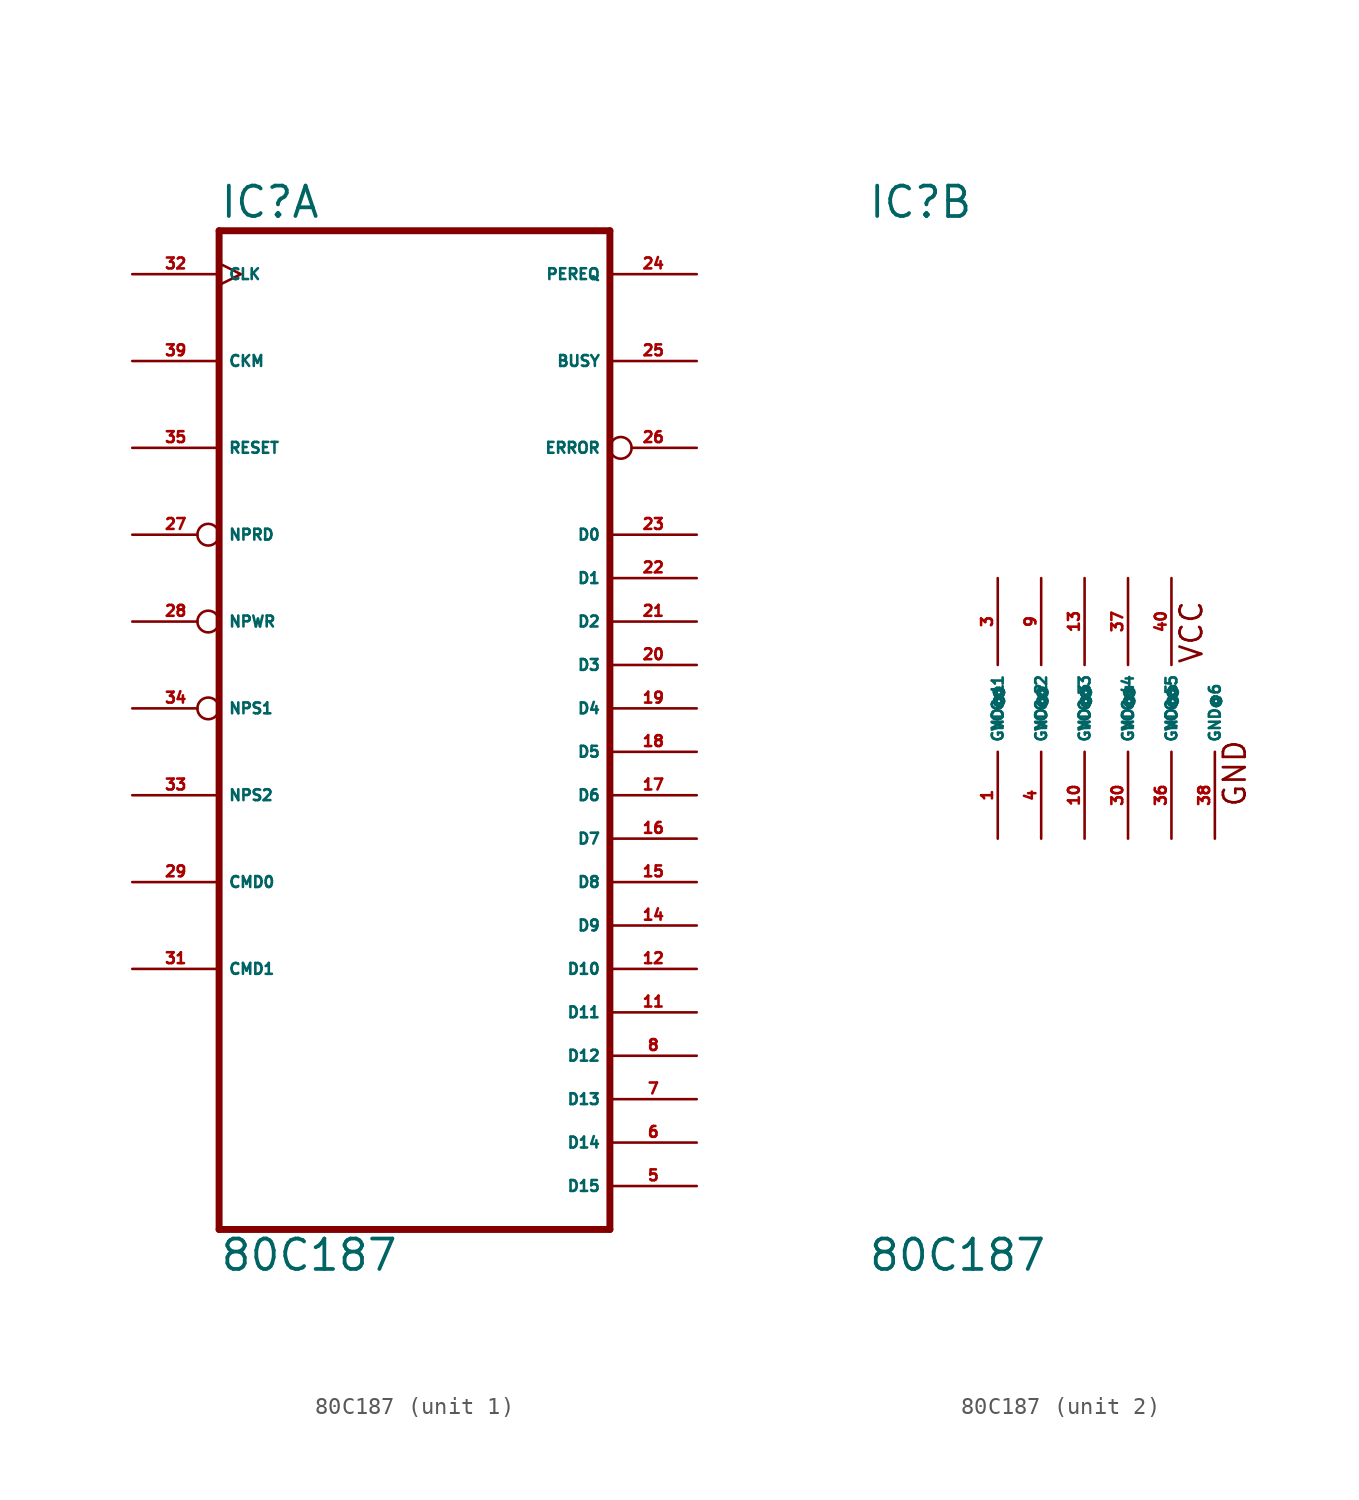
<source format=kicad_sym>
(kicad_symbol_lib
  (version 20220914)
  (generator Eagle2Kicad)
  (symbol "80C187"
    (property "Reference" "IC"
      (at -12.7 28.575 0)
      (effects (font (size 1.778 1.778) (thickness 0.22)) (justify left bottom)))
    (property "Value" "80C187"
      (at -12.7 -33.02 0)
      (effects (font (size 1.778 1.778) (thickness 0.22)) (justify left bottom)))
    (symbol "80C187_1_0"
      (polyline (pts (xy -12.7 -30.48) (xy 10.16 -30.48)) (stroke (width 0.406) (type default)) (fill (type none)))
      (polyline (pts (xy 10.16 27.94) (xy 10.16 -30.48)) (stroke (width 0.406) (type default)) (fill (type none)))
      (polyline (pts (xy 10.16 27.94) (xy -12.7 27.94)) (stroke (width 0.406) (type default)) (fill (type none)))
      (polyline (pts (xy -12.7 -30.48) (xy -12.7 27.94)) (stroke (width 0.406) (type default)) (fill (type none)))
      (pin input clock (at -17.78 25.4 0) (length 5.08) (name "CLK" (effects (font (size 0.635 0.635) (thickness 0.08)) (justify left bottom))) (number "32" (effects (font (size 0.635 0.635) (thickness 0.08)) (justify left bottom))))
      (pin input line (at -17.78 20.32 0) (length 5.08) (name "CKM" (effects (font (size 0.635 0.635) (thickness 0.08)) (justify left bottom))) (number "39" (effects (font (size 0.635 0.635) (thickness 0.08)) (justify left bottom))))
      (pin input line (at -17.78 15.24 0) (length 5.08) (name "RESET" (effects (font (size 0.635 0.635) (thickness 0.08)) (justify left bottom))) (number "35" (effects (font (size 0.635 0.635) (thickness 0.08)) (justify left bottom))))
      (pin output line (at 15.24 25.4 180) (length 5.08) (name "PEREQ" (effects (font (size 0.635 0.635) (thickness 0.08)) (justify left bottom))) (number "24" (effects (font (size 0.635 0.635) (thickness 0.08)) (justify left bottom))))
      (pin output line (at 15.24 20.32 180) (length 5.08) (name "BUSY" (effects (font (size 0.635 0.635) (thickness 0.08)) (justify left bottom))) (number "25" (effects (font (size 0.635 0.635) (thickness 0.08)) (justify left bottom))))
      (pin output inverted (at 15.24 15.24 180) (length 5.08) (name "ERROR" (effects (font (size 0.635 0.635) (thickness 0.08)) (justify left bottom))) (number "26" (effects (font (size 0.635 0.635) (thickness 0.08)) (justify left bottom))))
      (pin bidirectional line (at 15.24 10.16 180) (length 5.08) (name "D0" (effects (font (size 0.635 0.635) (thickness 0.08)) (justify left bottom))) (number "23" (effects (font (size 0.635 0.635) (thickness 0.08)) (justify left bottom))))
      (pin bidirectional line (at 15.24 7.62 180) (length 5.08) (name "D1" (effects (font (size 0.635 0.635) (thickness 0.08)) (justify left bottom))) (number "22" (effects (font (size 0.635 0.635) (thickness 0.08)) (justify left bottom))))
      (pin bidirectional line (at 15.24 5.08 180) (length 5.08) (name "D2" (effects (font (size 0.635 0.635) (thickness 0.08)) (justify left bottom))) (number "21" (effects (font (size 0.635 0.635) (thickness 0.08)) (justify left bottom))))
      (pin bidirectional line (at 15.24 2.54 180) (length 5.08) (name "D3" (effects (font (size 0.635 0.635) (thickness 0.08)) (justify left bottom))) (number "20" (effects (font (size 0.635 0.635) (thickness 0.08)) (justify left bottom))))
      (pin bidirectional line (at 15.24 0 180) (length 5.08) (name "D4" (effects (font (size 0.635 0.635) (thickness 0.08)) (justify left bottom))) (number "19" (effects (font (size 0.635 0.635) (thickness 0.08)) (justify left bottom))))
      (pin bidirectional line (at 15.24 -2.54 180) (length 5.08) (name "D5" (effects (font (size 0.635 0.635) (thickness 0.08)) (justify left bottom))) (number "18" (effects (font (size 0.635 0.635) (thickness 0.08)) (justify left bottom))))
      (pin bidirectional line (at 15.24 -5.08 180) (length 5.08) (name "D6" (effects (font (size 0.635 0.635) (thickness 0.08)) (justify left bottom))) (number "17" (effects (font (size 0.635 0.635) (thickness 0.08)) (justify left bottom))))
      (pin bidirectional line (at 15.24 -7.62 180) (length 5.08) (name "D7" (effects (font (size 0.635 0.635) (thickness 0.08)) (justify left bottom))) (number "16" (effects (font (size 0.635 0.635) (thickness 0.08)) (justify left bottom))))
      (pin bidirectional line (at 15.24 -10.16 180) (length 5.08) (name "D8" (effects (font (size 0.635 0.635) (thickness 0.08)) (justify left bottom))) (number "15" (effects (font (size 0.635 0.635) (thickness 0.08)) (justify left bottom))))
      (pin bidirectional line (at 15.24 -12.7 180) (length 5.08) (name "D9" (effects (font (size 0.635 0.635) (thickness 0.08)) (justify left bottom))) (number "14" (effects (font (size 0.635 0.635) (thickness 0.08)) (justify left bottom))))
      (pin bidirectional line (at 15.24 -15.24 180) (length 5.08) (name "D10" (effects (font (size 0.635 0.635) (thickness 0.08)) (justify left bottom))) (number "12" (effects (font (size 0.635 0.635) (thickness 0.08)) (justify left bottom))))
      (pin bidirectional line (at 15.24 -17.78 180) (length 5.08) (name "D11" (effects (font (size 0.635 0.635) (thickness 0.08)) (justify left bottom))) (number "11" (effects (font (size 0.635 0.635) (thickness 0.08)) (justify left bottom))))
      (pin bidirectional line (at 15.24 -20.32 180) (length 5.08) (name "D12" (effects (font (size 0.635 0.635) (thickness 0.08)) (justify left bottom))) (number "8" (effects (font (size 0.635 0.635) (thickness 0.08)) (justify left bottom))))
      (pin bidirectional line (at 15.24 -22.86 180) (length 5.08) (name "D13" (effects (font (size 0.635 0.635) (thickness 0.08)) (justify left bottom))) (number "7" (effects (font (size 0.635 0.635) (thickness 0.08)) (justify left bottom))))
      (pin bidirectional line (at 15.24 -25.4 180) (length 5.08) (name "D14" (effects (font (size 0.635 0.635) (thickness 0.08)) (justify left bottom))) (number "6" (effects (font (size 0.635 0.635) (thickness 0.08)) (justify left bottom))))
      (pin bidirectional line (at 15.24 -27.94 180) (length 5.08) (name "D15" (effects (font (size 0.635 0.635) (thickness 0.08)) (justify left bottom))) (number "5" (effects (font (size 0.635 0.635) (thickness 0.08)) (justify left bottom))))
      (pin input inverted (at -17.78 10.16 0) (length 5.08) (name "NPRD" (effects (font (size 0.635 0.635) (thickness 0.08)) (justify left bottom))) (number "27" (effects (font (size 0.635 0.635) (thickness 0.08)) (justify left bottom))))
      (pin input inverted (at -17.78 5.08 0) (length 5.08) (name "NPWR" (effects (font (size 0.635 0.635) (thickness 0.08)) (justify left bottom))) (number "28" (effects (font (size 0.635 0.635) (thickness 0.08)) (justify left bottom))))
      (pin input inverted (at -17.78 0 0) (length 5.08) (name "NPS1" (effects (font (size 0.635 0.635) (thickness 0.08)) (justify left bottom))) (number "34" (effects (font (size 0.635 0.635) (thickness 0.08)) (justify left bottom))))
      (pin input line (at -17.78 -5.08 0) (length 5.08) (name "NPS2" (effects (font (size 0.635 0.635) (thickness 0.08)) (justify left bottom))) (number "33" (effects (font (size 0.635 0.635) (thickness 0.08)) (justify left bottom))))
      (pin input line (at -17.78 -10.16 0) (length 5.08) (name "CMD0" (effects (font (size 0.635 0.635) (thickness 0.08)) (justify left bottom))) (number "29" (effects (font (size 0.635 0.635) (thickness 0.08)) (justify left bottom))))
      (pin input line (at -17.78 -15.24 0) (length 5.08) (name "CMD1" (effects (font (size 0.635 0.635) (thickness 0.08)) (justify left bottom))) (number "31" (effects (font (size 0.635 0.635) (thickness 0.08)) (justify left bottom)))))
    (symbol "80C187_2_0"
      (text "VCC" (at 6.985 2.54 900) (effects (font (size 1.27 1.27) (thickness 0.16)) (justify left bottom)))
      (text "GND" (at 9.525 -5.842 900) (effects (font (size 1.27 1.27) (thickness 0.16)) (justify left bottom)))
      (pin unspecified line (at -5.08 7.62 270) (length 5.08) (name "VCC@1" (effects (font (size 0.635 0.635) (thickness 0.08)) (justify left bottom))) (number "3" (effects (font (size 0.635 0.635) (thickness 0.08)) (justify left bottom))))
      (pin unspecified line (at -2.54 7.62 270) (length 5.08) (name "VCC@2" (effects (font (size 0.635 0.635) (thickness 0.08)) (justify left bottom))) (number "9" (effects (font (size 0.635 0.635) (thickness 0.08)) (justify left bottom))))
      (pin unspecified line (at 0 7.62 270) (length 5.08) (name "VCC@3" (effects (font (size 0.635 0.635) (thickness 0.08)) (justify left bottom))) (number "13" (effects (font (size 0.635 0.635) (thickness 0.08)) (justify left bottom))))
      (pin unspecified line (at 2.54 7.62 270) (length 5.08) (name "VCC@4" (effects (font (size 0.635 0.635) (thickness 0.08)) (justify left bottom))) (number "37" (effects (font (size 0.635 0.635) (thickness 0.08)) (justify left bottom))))
      (pin unspecified line (at 5.08 7.62 270) (length 5.08) (name "VCC@5" (effects (font (size 0.635 0.635) (thickness 0.08)) (justify left bottom))) (number "40" (effects (font (size 0.635 0.635) (thickness 0.08)) (justify left bottom))))
      (pin unspecified line (at -5.08 -7.62 90) (length 5.08) (name "GND@1" (effects (font (size 0.635 0.635) (thickness 0.08)) (justify left bottom))) (number "1" (effects (font (size 0.635 0.635) (thickness 0.08)) (justify left bottom))))
      (pin unspecified line (at -2.54 -7.62 90) (length 5.08) (name "GND@2" (effects (font (size 0.635 0.635) (thickness 0.08)) (justify left bottom))) (number "4" (effects (font (size 0.635 0.635) (thickness 0.08)) (justify left bottom))))
      (pin unspecified line (at 0 -7.62 90) (length 5.08) (name "GND@3" (effects (font (size 0.635 0.635) (thickness 0.08)) (justify left bottom))) (number "10" (effects (font (size 0.635 0.635) (thickness 0.08)) (justify left bottom))))
      (pin unspecified line (at 2.54 -7.62 90) (length 5.08) (name "GND@4" (effects (font (size 0.635 0.635) (thickness 0.08)) (justify left bottom))) (number "30" (effects (font (size 0.635 0.635) (thickness 0.08)) (justify left bottom))))
      (pin unspecified line (at 5.08 -7.62 90) (length 5.08) (name "GND@5" (effects (font (size 0.635 0.635) (thickness 0.08)) (justify left bottom))) (number "36" (effects (font (size 0.635 0.635) (thickness 0.08)) (justify left bottom))))
      (pin unspecified line (at 7.62 -7.62 90) (length 5.08) (name "GND@6" (effects (font (size 0.635 0.635) (thickness 0.08)) (justify left bottom))) (number "38" (effects (font (size 0.635 0.635) (thickness 0.08)) (justify left bottom)))))))
</source>
